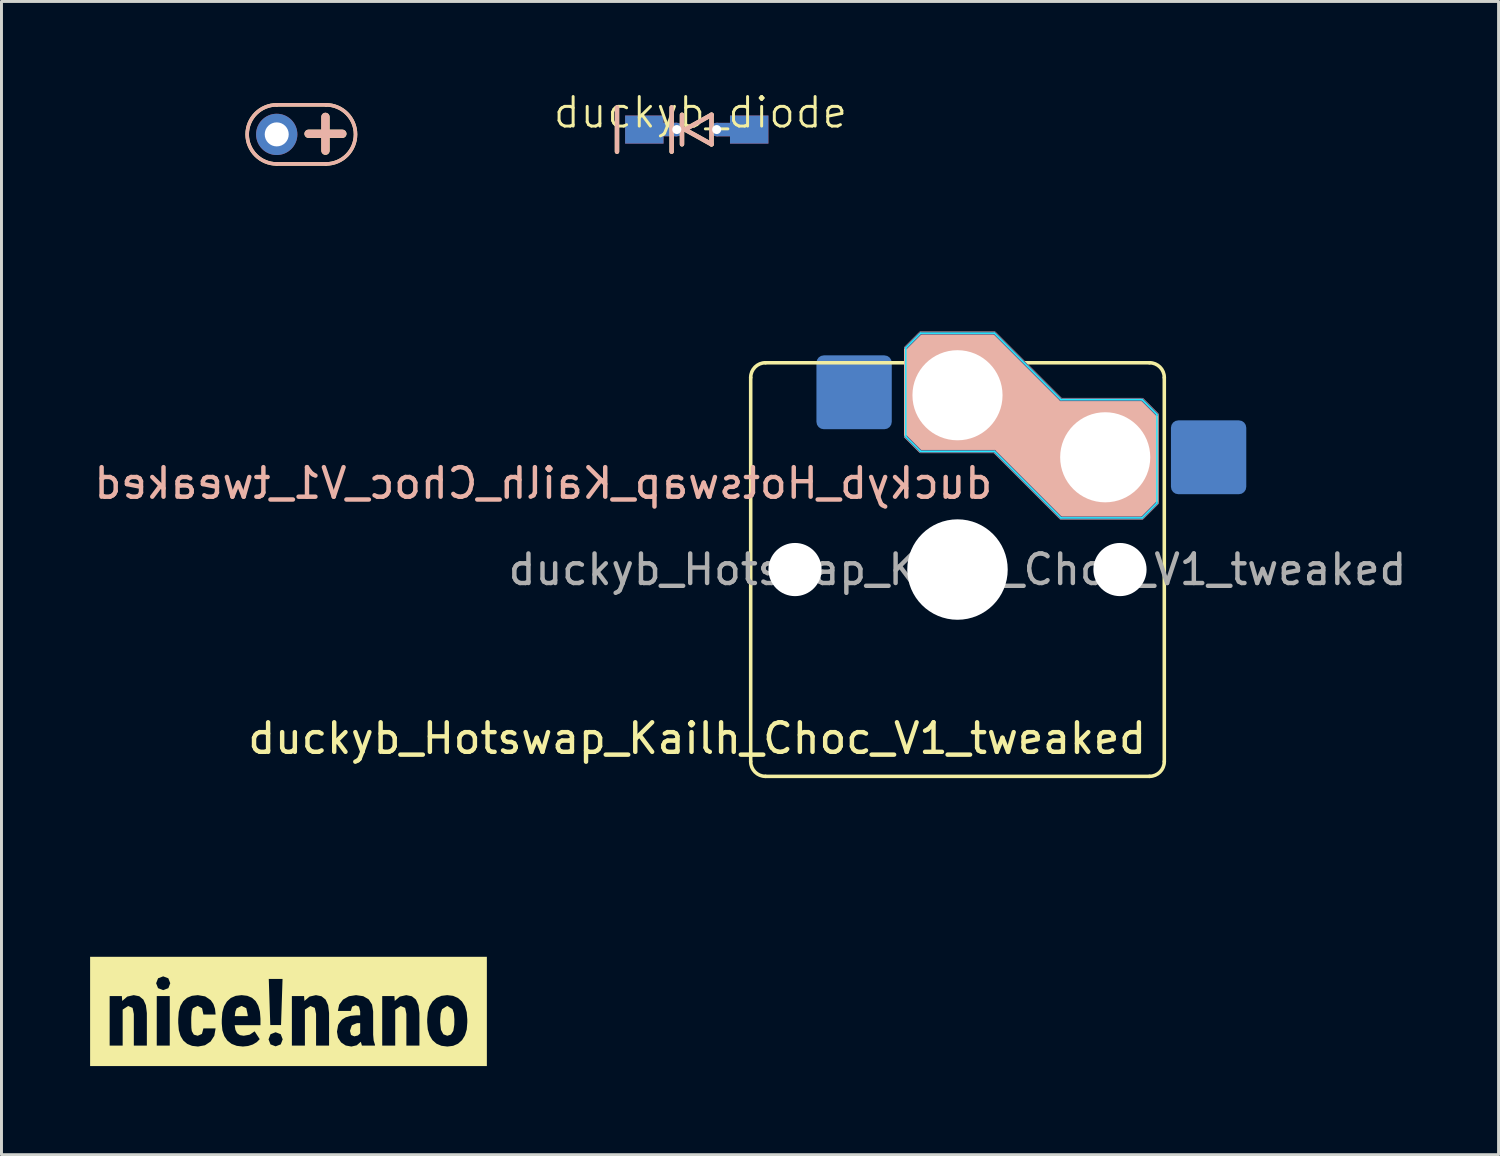
<source format=kicad_pcb>
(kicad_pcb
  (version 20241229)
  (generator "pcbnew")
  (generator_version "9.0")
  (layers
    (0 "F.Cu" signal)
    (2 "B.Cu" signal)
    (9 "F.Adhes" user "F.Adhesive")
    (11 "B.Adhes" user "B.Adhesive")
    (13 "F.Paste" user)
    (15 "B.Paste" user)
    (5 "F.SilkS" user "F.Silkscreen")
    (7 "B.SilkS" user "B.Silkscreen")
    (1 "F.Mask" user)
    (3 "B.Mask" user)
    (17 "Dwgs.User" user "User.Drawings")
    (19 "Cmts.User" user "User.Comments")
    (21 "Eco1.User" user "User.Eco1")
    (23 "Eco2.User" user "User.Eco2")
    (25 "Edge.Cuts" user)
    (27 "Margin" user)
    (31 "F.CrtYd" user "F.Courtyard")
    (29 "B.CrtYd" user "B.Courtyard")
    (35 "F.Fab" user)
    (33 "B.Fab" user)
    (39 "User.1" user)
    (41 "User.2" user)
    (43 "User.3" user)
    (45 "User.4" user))
  (footprint "duckyb_diode"
    (layer "F.Cu")
    (at 20.66 1.26)
    (property "Reference" "duckyb_diode" (at 0 -0.5 0) (unlocked yes) (layer "F.SilkS") (effects (font (size 1 1) (thickness 0.1))))
    (attr through_hole)
    (fp_poly (pts (xy -2.5 -0.35) (xy -1.3 -0.35) (xy -1.3 0.5) (xy -2.5 0.5)) (stroke (width 0.1) (type solid)) (fill yes) (layer "F.Mask"))
    (fp_poly (pts (xy 1.05 -0.35) (xy 2.25 -0.35) (xy 2.25 0.5) (xy 1.05 0.5)) (stroke (width 0.1) (type solid)) (fill yes) (layer "F.Mask"))
    (fp_poly (pts (xy -2.5 -0.35) (xy -1.3 -0.35) (xy -1.3 0.5) (xy -2.5 0.5)) (stroke (width 0.1) (type solid)) (fill yes) (layer "B.Mask"))
    (fp_poly (pts (xy 1.05 -0.35) (xy 2.25 -0.35) (xy 2.25 0.5) (xy 1.05 0.5)) (stroke (width 0.1) (type solid)) (fill yes) (layer "B.Mask"))
    (fp_line (start -2.825 -0.675) (end -2.825 0.825) (stroke (width 0.15) (type solid)) (layer "F.SilkS"))
    (fp_line (start -0.975 -0.675) (end -0.975 0.825) (stroke (width 0.15) (type solid)) (layer "F.SilkS"))
    (fp_line (start -0.625 -0.425) (end -0.625 0.575) (stroke (width 0.15) (type solid)) (layer "F.SilkS"))
    (fp_line (start -0.525 0.075) (end 0.375 -0.425) (stroke (width 0.15) (type solid)) (layer "F.SilkS"))
    (fp_line (start 0.375 -0.425) (end 0.375 0.575) (stroke (width 0.15) (type solid)) (layer "F.SilkS"))
    (fp_line (start 0.375 0.575) (end -0.525 0.075) (stroke (width 0.15) (type solid)) (layer "F.SilkS"))
    (fp_line (start -2.825 -0.675) (end -2.825 0.825) (stroke (width 0.15) (type solid)) (layer "B.SilkS"))
    (fp_line (start -0.975 -0.675) (end -0.975 0.825) (stroke (width 0.15) (type solid)) (layer "B.SilkS"))
    (fp_line (start -0.625 0.575) (end -0.625 -0.425) (stroke (width 0.15) (type solid)) (layer "B.SilkS"))
    (fp_line (start -0.525 0.075) (end 0.375 0.575) (stroke (width 0.15) (type solid)) (layer "B.SilkS"))
    (fp_line (start 0.375 -0.425) (end -0.525 0.075) (stroke (width 0.15) (type solid)) (layer "B.SilkS"))
    (fp_line (start 0.375 0.575) (end 0.375 -0.425) (stroke (width 0.15) (type solid)) (layer "B.SilkS"))
    (pad "1" smd custom (at -1.9 0.075) (size 1.3 0.95) (layers "F.Cu") (options (anchor rect)) (primitives (gr_poly (pts (xy 1.094 0.177) (xy 0.521 0.177) (xy 0.521 -0.178) (xy 1.094 -0.178)) (width 0.1) (fill yes))))
    (pad "1" smd custom (at -1.9 0.075) (size 1.3 0.95) (layers "B.Cu") (options (anchor rect)) (primitives (gr_poly (pts (xy 1.094 0.177) (xy 0.521 0.177) (xy 0.521 -0.179) (xy 1.094 -0.179)) (width 0.1) (fill yes))))
    (pad "1" thru_hole circle (at -0.8 0.075 270) (size 0.457 0.457) (drill 0.305) (layers "*.Cu"))
    (pad "2" thru_hole circle (at 0.55 0.075 90) (size 0.457 0.457) (drill 0.305) (layers "*.Cu"))
    (pad "2" smd custom (at 1.65 0.075) (size 1.3 0.95) (layers "F.Cu") (options (anchor rect)) (primitives (gr_poly (pts (xy -0.521 0.179) (xy -1.094 0.179) (xy -1.094 -0.177) (xy -0.521 -0.177)) (width 0.1) (fill yes))))
    (pad "2" smd custom (at 1.65 0.075) (size 1.3 0.95) (layers "B.Cu") (options (anchor rect)) (primitives (gr_poly (pts (xy -0.521 0.179) (xy -1.094 0.179) (xy -1.094 -0.177) (xy -0.521 -0.177)) (width 0.1) (fill yes)))))
  (footprint "duckyb_kibuzzard-6365884B"
    (layer "F.Cu")
    (at 6.715 31.187)
    (property "Reference" "duckyb_kibuzzard-6365884B" (at 0 -4.897 0) (layer "F.SilkS") (effects (font (size 0.001 0.001) (thickness 0.00025))))
    (attr board_only exclude_from_pos_files exclude_from_bom)
    (fp_poly (pts (xy -1.818 0.158) (xy -1.379 0.158) (xy -1.379 0.118) (xy -1.429 -0.11) (xy -1.59 -0.188) (xy -1.756 -0.105) (xy -1.798 0.002) (xy -1.818 0.158)) (stroke (width 0) (type solid)) (fill yes) (layer "F.SilkS"))
    (fp_poly (pts (xy 2.227 0.843) (xy 2.351 0.814) (xy 2.427 0.744) (xy 2.427 0.395) (xy 2.322 0.395) (xy 2.146 0.467) (xy 2.081 0.657) (xy 2.118 0.797) (xy 2.227 0.843)) (stroke (width 0) (type solid)) (fill yes) (layer "F.SilkS"))
    (fp_poly (pts (xy 5.135 0.374) (xy 5.162 0.623) (xy 5.242 0.773) (xy 5.376 0.823) (xy 5.501 0.782) (xy 5.58 0.656) (xy 5.614 0.448) (xy 5.616 0.264) (xy 5.6 0.064) (xy 5.552 -0.077) (xy 5.373 -0.188) (xy 5.198 -0.077) (xy 5.151 0.064) (xy 5.135 0.264) (xy 5.135 0.374)) (stroke (width 0) (type solid)) (fill yes) (layer "F.SilkS"))
    (fp_poly (pts (xy -6.053 -1.849) (xy -6.715 -1.849) (xy -6.715 1.849) (xy -6.053 1.849) (xy -4.794 1.849) (xy -4.794 1.157) (xy -5.235 1.157) (xy -5.235 0.087) (xy -5.277 -0.12) (xy -5.427 -0.184) (xy -5.613 -0.062) (xy -5.613 1.157) (xy -6.053 1.157) (xy -6.053 -0.521) (xy -5.641 -0.521) (xy -5.628 -0.355) (xy -5.457 -0.503) (xy -5.239 -0.552) (xy -5.049 -0.514) (xy -4.912 -0.4) (xy -4.827 -0.211) (xy -4.794 0.054) (xy -4.794 1.157) (xy -4.794 1.849) (xy -4.019 1.849) (xy -4.019 1.157) (xy -4.459 1.157) (xy -4.459 -0.521) (xy -4.241 -0.521) (xy -4.241 -0.721) (xy -4.415 -0.788) (xy -4.48 -0.955) (xy -4.414 -1.122) (xy -4.241 -1.188) (xy -4.067 -1.122) (xy -4.002 -0.955) (xy -4.066 -0.788) (xy -4.241 -0.721) (xy -4.241 -0.521) (xy -4.019 -0.521) (xy -4.019 1.157) (xy -4.019 1.849) (xy -3.064 1.849) (xy -3.064 1.188) (xy -3.263 1.165) (xy -3.428 1.098) (xy -3.559 0.986) (xy -3.654 0.83) (xy -3.712 0.633) (xy -3.732 0.392) (xy -3.732 0.259) (xy -3.714 0.016) (xy -3.658 -0.185) (xy -3.564 -0.344) (xy -3.434 -0.46) (xy -3.269 -0.529) (xy -3.067 -0.552) (xy -2.819 -0.509) (xy -2.63 -0.381) (xy -2.541 -0.25) (xy -2.487 -0.088) (xy -2.467 0.105) (xy -2.88 0.105) (xy -2.926 -0.112) (xy -3.075 -0.188) (xy -3.239 -0.106) (xy -3.277 0.013) (xy -3.292 0.209) (xy -3.292 0.38) (xy -3.287 0.554) (xy -3.272 0.666) (xy -3.205 0.785) (xy -3.073 0.823) (xy -2.93 0.761) (xy -2.88 0.575) (xy -2.467 0.575) (xy -2.511 0.823) (xy -2.636 1.019) (xy -2.826 1.145) (xy -3.064 1.188) (xy -3.064 1.849) (xy -1.542 1.849) (xy -1.542 1.188) (xy -1.751 1.165) (xy -1.926 1.098) (xy -2.069 0.986) (xy -2.174 0.832) (xy -2.237 0.64) (xy -2.258 0.409) (xy -2.258 0.276) (xy -2.239 0.032) (xy -2.181 -0.173) (xy -2.084 -0.336) (xy -1.952 -0.456) (xy -1.786 -0.528) (xy -1.587 -0.552) (xy -1.393 -0.529) (xy -1.235 -0.462) (xy -1.111 -0.35) (xy -1.022 -0.193) (xy -0.967 0.007) (xy -0.948 0.25) (xy -0.948 0.465) (xy -1.821 0.465) (xy -1.796 0.626) (xy -1.739 0.737) (xy -1.646 0.802) (xy -1.514 0.823) (xy -1.312 0.786) (xy -1.146 0.673) (xy -0.974 0.938) (xy -1.073 1.039) (xy -1.208 1.119) (xy -1.369 1.17) (xy -1.542 1.188) (xy -1.542 1.849) (xy -0.435 1.849) (xy -0.435 1.181) (xy -0.609 1.115) (xy -0.675 0.944) (xy -0.608 0.771) (xy -0.435 0.704) (xy -0.263 0.771) (xy -0.252 0.799) (xy -0.252 0.462) (xy -0.616 0.462) (xy -0.667 -1.101) (xy -0.201 -1.101) (xy -0.252 0.462) (xy -0.252 0.799) (xy -0.196 0.944) (xy -0.262 1.115) (xy -0.435 1.181) (xy -0.435 1.849) (xy 1.374 1.849) (xy 1.374 1.157) (xy 0.934 1.157) (xy 0.934 0.087) (xy 0.891 -0.12) (xy 0.742 -0.184) (xy 0.556 -0.062) (xy 0.556 1.157) (xy 0.115 1.157) (xy 0.115 -0.521) (xy 0.528 -0.521) (xy 0.54 -0.355) (xy 0.712 -0.503) (xy 0.929 -0.552) (xy 1.119 -0.514) (xy 1.257 -0.4) (xy 1.342 -0.211) (xy 1.374 0.054) (xy 1.374 1.157) (xy 1.374 1.849) (xy 2.129 1.849) (xy 2.129 1.188) (xy 1.937 1.153) (xy 1.78 1.048) (xy 1.676 0.888) (xy 1.641 0.687) (xy 1.683 0.453) (xy 1.809 0.279) (xy 1.938 0.199) (xy 2.099 0.15) (xy 2.294 0.132) (xy 2.427 0.132) (xy 2.427 -0.003) (xy 2.388 -0.163) (xy 2.275 -0.209) (xy 2.152 -0.161) (xy 2.111 -0.017) (xy 1.672 -0.017) (xy 1.716 -0.229) (xy 1.846 -0.401) (xy 2.044 -0.514) (xy 2.287 -0.552) (xy 2.532 -0.516) (xy 2.715 -0.409) (xy 2.828 -0.234) (xy 2.866 0.002) (xy 2.866 0.791) (xy 2.883 0.984) (xy 2.928 1.13) (xy 2.928 1.157) (xy 2.486 1.157) (xy 2.449 1.026) (xy 2.31 1.147) (xy 2.129 1.188) (xy 2.129 1.849) (xy 4.432 1.849) (xy 4.432 1.157) (xy 3.991 1.157) (xy 3.991 0.087) (xy 3.949 -0.12) (xy 3.799 -0.184) (xy 3.613 -0.062) (xy 3.613 1.157) (xy 3.173 1.157) (xy 3.173 -0.521) (xy 3.585 -0.521) (xy 3.597 -0.355) (xy 3.769 -0.503) (xy 3.987 -0.552) (xy 4.177 -0.514) (xy 4.314 -0.4) (xy 4.399 -0.211) (xy 4.432 0.054) (xy 4.432 1.157) (xy 4.432 1.849) (xy 5.376 1.849) (xy 5.376 1.188) (xy 5.177 1.163) (xy 5.009 1.091) (xy 4.874 0.971) (xy 4.775 0.808) (xy 4.715 0.608) (xy 4.695 0.371) (xy 4.695 0.264) (xy 4.715 0.028) (xy 4.775 -0.172) (xy 4.875 -0.335) (xy 5.01 -0.455) (xy 5.176 -0.528) (xy 5.373 -0.552) (xy 5.571 -0.528) (xy 5.738 -0.455) (xy 5.873 -0.335) (xy 5.973 -0.172) (xy 6.033 0.029) (xy 6.053 0.267) (xy 6.053 0.374) (xy 6.033 0.61) (xy 5.974 0.81) (xy 5.875 0.972) (xy 5.74 1.092) (xy 5.574 1.164) (xy 5.376 1.188) (xy 5.376 1.849) (xy 6.053 1.849) (xy 6.715 1.849) (xy 6.715 -1.849) (xy 6.053 -1.849) (xy -6.053 -1.849)) (stroke (width 0) (type solid)) (fill yes) (layer "F.SilkS")))
  (footprint "duckyb_1pin_Battery"
    (layer "F.Cu")
    (at 6.317 1.499)
    (property "Reference" "duckyb_1pin_Battery" (at 0 1.143 0) (layer "User.1") (effects (font (size 0.813 0.813) (thickness 0.15))))
    (attr through_hole)
    (fp_line (start 1.667 -1) (end 0 -1) (stroke (width 0.12) (type solid)) (layer "F.SilkS"))
    (fp_line (start 1.667 1) (end 0 1) (stroke (width 0.12) (type solid)) (layer "F.SilkS"))
    (fp_arc (start 0 1) (mid -1 0) (end 0 -1) (stroke (width 0.12) (type solid)) (layer "F.SilkS"))
    (fp_arc (start 1.667 -1) (mid 2.667 0) (end 1.667 1) (stroke (width 0.12) (type solid)) (layer "F.SilkS"))
    (fp_line (start 0 -1) (end 1.667 -1) (stroke (width 0.12) (type solid)) (layer "B.SilkS"))
    (fp_line (start 0 1) (end 1.667 1) (stroke (width 0.12) (type solid)) (layer "B.SilkS"))
    (fp_arc (start 0 1) (mid -1 0) (end 0 -1) (stroke (width 0.12) (type solid)) (layer "B.SilkS"))
    (fp_arc (start 1.667 -1) (mid 2.667 0) (end 1.667 1) (stroke (width 0.12) (type solid)) (layer "B.SilkS"))
    (fp_text user "+" (at 1.651 -0.127 0) (unlocked yes) (layer "F.SilkS") (effects (font (size 1.5 1.5) (thickness 0.28))))
    (fp_text user "+" (at 1.648 -0.13 0) (unlocked yes) (layer "B.SilkS") (effects (font (size 1.5 1.5) (thickness 0.28)) (justify mirror)))
    (pad "1" thru_hole circle (at 0 0) (size 1.397 1.397) (drill 0.813) (layers "*.Cu" "*.Mask")))
  (footprint "duckyb_Hotswap_Kailh_Choc_V1_tweaked"
    (layer "F.Cu")
    (at 29.361 16.229)
    (property "Reference" "duckyb_Hotswap_Kailh_Choc_V1_tweaked" (at 0 -9 0) (layer "User.1") (effects (font (size 1 1) (thickness 0.15))))
    (attr smd)
    (fp_line (start -7 -6.5) (end -7 6.5) (stroke (width 0.12) (type solid)) (layer "F.SilkS"))
    (fp_line (start -6.5 7) (end 6.5 7) (stroke (width 0.12) (type solid)) (layer "F.SilkS"))
    (fp_line (start 6.5 -7) (end -6.5 -7) (stroke (width 0.12) (type solid)) (layer "F.SilkS"))
    (fp_line (start 7 6.5) (end 7 -6.5) (stroke (width 0.12) (type solid)) (layer "F.SilkS"))
    (fp_arc (start -7 -6.5) (mid -6.853553 -6.853553) (end -6.5 -7) (stroke (width 0.12) (type solid)) (layer "F.SilkS"))
    (fp_arc (start -6.5 7) (mid -6.853553 6.853553) (end -7 6.5) (stroke (width 0.12) (type solid)) (layer "F.SilkS"))
    (fp_arc (start 6.5 -7) (mid 6.853553 -6.853553) (end 7 -6.5) (stroke (width 0.12) (type solid)) (layer "F.SilkS"))
    (fp_arc (start 7 6.5) (mid 6.853553 6.853553) (end 6.5 7) (stroke (width 0.12) (type solid)) (layer "F.SilkS"))
    (fp_poly (pts (xy 3.5 -5.75) (xy 6.25 -5.75) (xy 6.75 -5.25) (xy 6.75 -2.25) (xy 6.25 -1.75) (xy 3.5 -1.75) (xy 1.25 -4) (xy -1.25 -4) (xy -1.75 -4.5) (xy -1.75 -7.5) (xy -1.25 -8) (xy 1.25 -8)) (stroke (width 0.12) (type solid)) (fill yes) (layer "B.SilkS"))
    (fp_line (start -1.75 -7.5) (end -1.25 -8) (stroke (width 0.05) (type solid)) (layer "B.CrtYd"))
    (fp_line (start -1.75 -4.5) (end -1.75 -7.5) (stroke (width 0.05) (type solid)) (layer "B.CrtYd"))
    (fp_line (start -1.25 -8) (end 1.25 -8) (stroke (width 0.05) (type solid)) (layer "B.CrtYd"))
    (fp_line (start -1.25 -4) (end -1.75 -4.5) (stroke (width 0.05) (type solid)) (layer "B.CrtYd"))
    (fp_line (start 1.25 -8) (end 3.5 -5.75) (stroke (width 0.05) (type solid)) (layer "B.CrtYd"))
    (fp_line (start 1.25 -4) (end -1.25 -4) (stroke (width 0.05) (type solid)) (layer "B.CrtYd"))
    (fp_line (start 3.5 -5.75) (end 6.25 -5.75) (stroke (width 0.05) (type solid)) (layer "B.CrtYd"))
    (fp_line (start 3.5 -1.75) (end 1.25 -4) (stroke (width 0.05) (type solid)) (layer "B.CrtYd"))
    (fp_line (start 6.25 -5.75) (end 6.75 -5.25) (stroke (width 0.05) (type solid)) (layer "B.CrtYd"))
    (fp_line (start 6.25 -1.75) (end 3.5 -1.75) (stroke (width 0.05) (type solid)) (layer "B.CrtYd"))
    (fp_line (start 6.75 -5.25) (end 6.75 -2.25) (stroke (width 0.05) (type solid)) (layer "B.CrtYd"))
    (fp_line (start 6.75 -2.25) (end 6.25 -1.75) (stroke (width 0.05) (type solid)) (layer "B.CrtYd"))
    (fp_line (start -1.75 -7.5) (end -1.25 -8) (stroke (width 0.1) (type solid)) (layer "B.Fab"))
    (fp_line (start -1.25 -8) (end 1.25 -8) (stroke (width 0.1) (type solid)) (layer "B.Fab"))
    (fp_line (start -1.25 -4) (end -1.75 -4.5) (stroke (width 0.1) (type solid)) (layer "B.Fab"))
    (fp_line (start 1.25 -8) (end 3.5 -5.75) (stroke (width 0.1) (type solid)) (layer "B.Fab"))
    (fp_line (start 1.25 -4) (end -1.25 -4) (stroke (width 0.1) (type solid)) (layer "B.Fab"))
    (fp_line (start 3.5 -5.75) (end 6.25 -5.75) (stroke (width 0.1) (type solid)) (layer "B.Fab"))
    (fp_line (start 3.5 -1.75) (end 1.25 -4) (stroke (width 0.1) (type solid)) (layer "B.Fab"))
    (fp_line (start 6.25 -5.75) (end 6.75 -5.25) (stroke (width 0.1) (type solid)) (layer "B.Fab"))
    (fp_line (start 6.25 -1.75) (end 3.5 -1.75) (stroke (width 0.1) (type solid)) (layer "B.Fab"))
    (fp_line (start 6.75 -2.25) (end 6.25 -1.75) (stroke (width 0.1) (type solid)) (layer "B.Fab"))
    (fp_text user "${REFERENCE}" (at 6.477 5.715 0) (unlocked yes) (layer "F.SilkS") (effects (font (size 1 1) (thickness 0.15)) (justify right)))
    (fp_text user "${REFERENCE}" (at 1.27 -2.921 0) (unlocked yes) (layer "B.SilkS") (effects (font (size 1 1) (thickness 0.15)) (justify left mirror)))
    (fp_text user "${REFERENCE}" (at 0 0 0) (layer "F.Fab") (effects (font (size 1 1) (thickness 0.15))))
    (pad "" np_thru_hole circle (at -5.5 0) (size 1.8 1.8) (drill 1.8) (layers "*.Cu" "*.Mask"))
    (pad "" np_thru_hole circle (at 0 -5.9) (size 3.05 3.05) (drill 3.05) (layers "*.Cu" "*.Mask"))
    (pad "" np_thru_hole circle (at 0 0) (size 3.4 3.4) (drill 3.4) (layers "*.Cu" "*.Mask"))
    (pad "" np_thru_hole circle (at 5 -3.8) (size 3.05 3.05) (drill 3.05) (layers "*.Cu" "*.Mask"))
    (pad "" np_thru_hole circle (at 5.5 0) (size 1.8 1.8) (drill 1.8) (layers "*.Cu" "*.Mask"))
    (pad "1" smd roundrect (at -3.5 -6) (size 2.55 2.5) (layers "B.Cu" "B.Mask" "B.Paste") (roundrect_rratio 0.1))
    (pad "2" smd roundrect (at 8.5 -3.8) (size 2.55 2.5) (layers "B.Cu" "B.Mask" "B.Paste") (roundrect_rratio 0.1)))
  (gr_rect
    (start -3 -3)
    (end 47.676 36.036)
    (stroke (width 0.1) (type default))
    (fill no)
    (layer "Edge.Cuts")))
</source>
